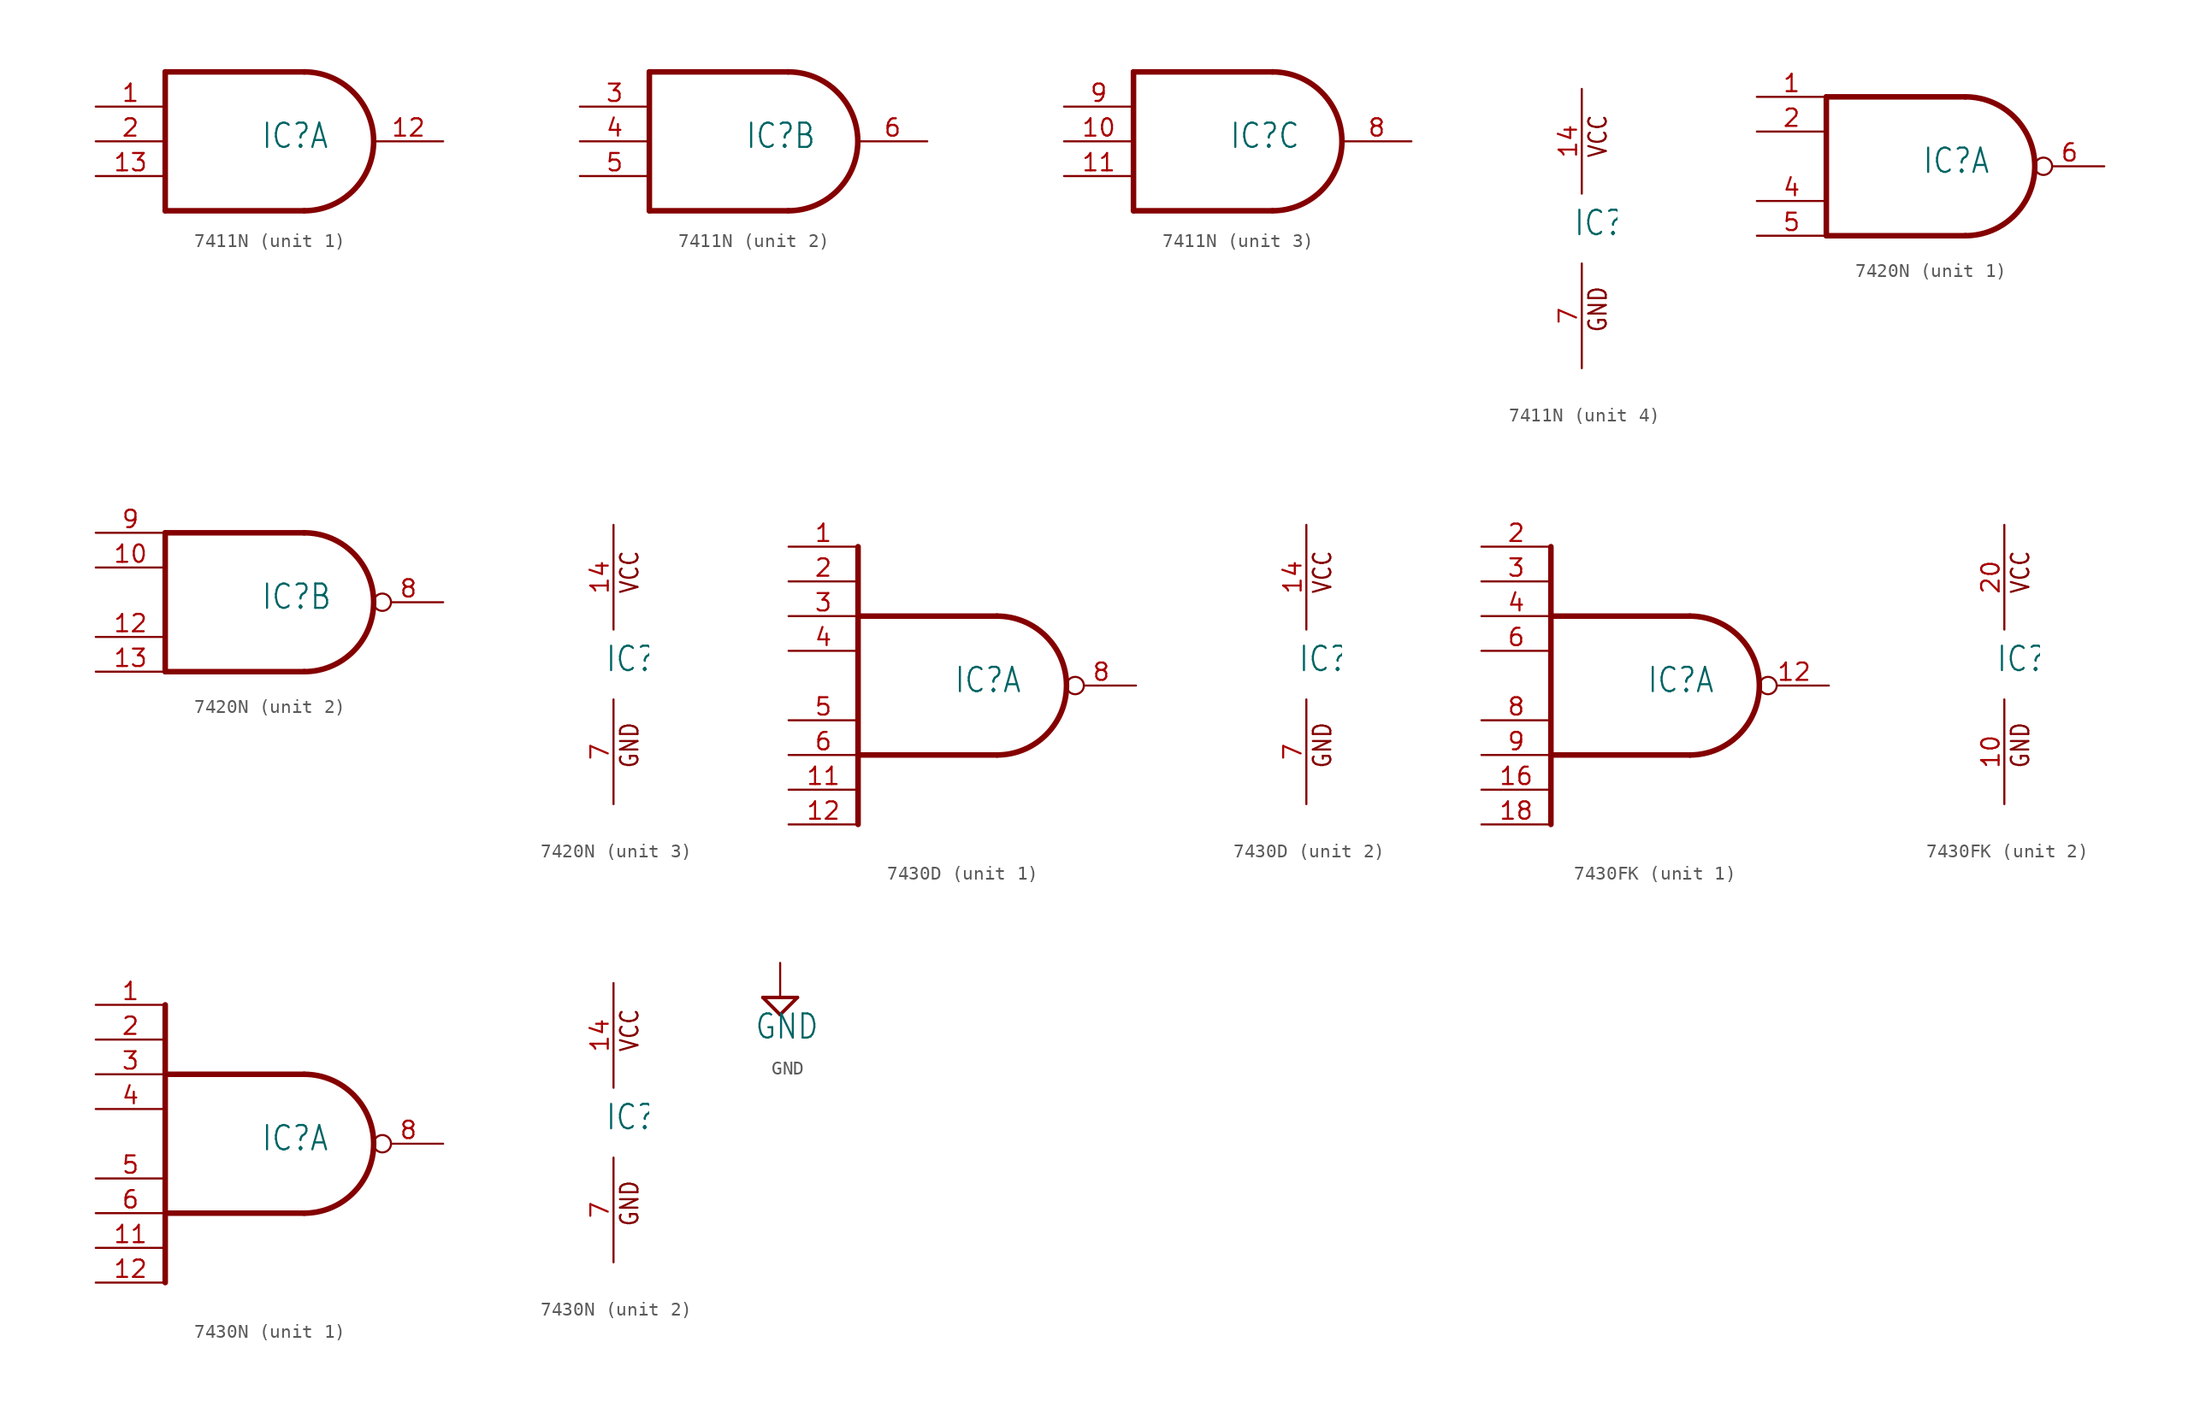
<source format=kicad_sym>
(kicad_symbol_lib
  (version 20231120)
  (generator "kicad_symbol_editor")
  (generator_version "8.0")
  (symbol "7411N"
    (property "Reference" "IC"
      (at -0.635 -0.635 0)
      (effects (font (size 1.778 1.511)) (justify left bottom)))
    (property "ki_locked" ""
      (at 0 0 0)
      (effects (font (size 1.27 1.27))))
    (symbol "7411N_1_0"
      (polyline (pts (xy -7.62 -5.08) (xy 2.54 -5.08)) (stroke (width 0.406) (type solid)) (fill (type none)))
      (polyline (pts (xy -7.62 5.08) (xy -7.62 -5.08)) (stroke (width 0.406) (type solid)) (fill (type none)))
      (polyline (pts (xy 2.54 5.08) (xy -7.62 5.08)) (stroke (width 0.406) (type solid)) (fill (type none)))
      (arc (start 2.5398 -5.08) (mid 7.5977 -0.0001) (end 2.54 5.08) (stroke (width 0.4064) (type solid)) (fill (type none)))
      (pin input line (at -12.7 2.54 0) (length 5.08) (name "I0" (effects (font (size 0 0)))) (number "1" (effects (font (size 1.27 1.27)))))
      (pin output line (at 12.7 0 180) (length 5.08) (name "O" (effects (font (size 0 0)))) (number "12" (effects (font (size 1.27 1.27)))))
      (pin input line (at -12.7 -2.54 0) (length 5.08) (name "I2" (effects (font (size 0 0)))) (number "13" (effects (font (size 1.27 1.27)))))
      (pin input line (at -12.7 0 0) (length 5.08) (name "I1" (effects (font (size 0 0)))) (number "2" (effects (font (size 1.27 1.27))))))
    (symbol "7411N_2_0"
      (polyline (pts (xy -7.62 -5.08) (xy 2.54 -5.08)) (stroke (width 0.406) (type solid)) (fill (type none)))
      (polyline (pts (xy -7.62 5.08) (xy -7.62 -5.08)) (stroke (width 0.406) (type solid)) (fill (type none)))
      (polyline (pts (xy 2.54 5.08) (xy -7.62 5.08)) (stroke (width 0.406) (type solid)) (fill (type none)))
      (arc (start 2.5398 -5.08) (mid 7.5977 -0.0001) (end 2.54 5.08) (stroke (width 0.4064) (type solid)) (fill (type none)))
      (pin input line (at -12.7 2.54 0) (length 5.08) (name "I0" (effects (font (size 0 0)))) (number "3" (effects (font (size 1.27 1.27)))))
      (pin input line (at -12.7 0 0) (length 5.08) (name "I1" (effects (font (size 0 0)))) (number "4" (effects (font (size 1.27 1.27)))))
      (pin input line (at -12.7 -2.54 0) (length 5.08) (name "I2" (effects (font (size 0 0)))) (number "5" (effects (font (size 1.27 1.27)))))
      (pin output line (at 12.7 0 180) (length 5.08) (name "O" (effects (font (size 0 0)))) (number "6" (effects (font (size 1.27 1.27))))))
    (symbol "7411N_3_0"
      (polyline (pts (xy -7.62 -5.08) (xy 2.54 -5.08)) (stroke (width 0.406) (type solid)) (fill (type none)))
      (polyline (pts (xy -7.62 5.08) (xy -7.62 -5.08)) (stroke (width 0.406) (type solid)) (fill (type none)))
      (polyline (pts (xy 2.54 5.08) (xy -7.62 5.08)) (stroke (width 0.406) (type solid)) (fill (type none)))
      (arc (start 2.5398 -5.08) (mid 7.5977 -0.0001) (end 2.54 5.08) (stroke (width 0.4064) (type solid)) (fill (type none)))
      (pin input line (at -12.7 0 0) (length 5.08) (name "I1" (effects (font (size 0 0)))) (number "10" (effects (font (size 1.27 1.27)))))
      (pin input line (at -12.7 -2.54 0) (length 5.08) (name "I2" (effects (font (size 0 0)))) (number "11" (effects (font (size 1.27 1.27)))))
      (pin output line (at 12.7 0 180) (length 5.08) (name "O" (effects (font (size 0 0)))) (number "8" (effects (font (size 1.27 1.27)))))
      (pin input line (at -12.7 2.54 0) (length 5.08) (name "I0" (effects (font (size 0 0)))) (number "9" (effects (font (size 1.27 1.27))))))
    (symbol "7411N_4_0"
      (text "GND" (at 1.905 -7.62 900) (effects (font (size 1.27 1.079)) (justify left bottom)))
      (text "VCC" (at 1.905 5.08 900) (effects (font (size 1.27 1.079)) (justify left bottom)))
      (pin power_in line (at 0 10.16 270) (length 7.62) (name "VCC" (effects (font (size 0 0)))) (number "14" (effects (font (size 1.27 1.27)))))
      (pin power_in line (at 0 -10.16 90) (length 7.62) (name "GND" (effects (font (size 0 0)))) (number "7" (effects (font (size 1.27 1.27)))))))
  (symbol "7420N"
    (property "Reference" "IC"
      (at -0.635 -0.635 0)
      (effects (font (size 1.778 1.511)) (justify left bottom)))
    (property "ki_locked" ""
      (at 0 0 0)
      (effects (font (size 1.27 1.27))))
    (symbol "7420N_1_0"
      (polyline (pts (xy -7.62 -5.08) (xy 2.54 -5.08)) (stroke (width 0.406) (type solid)) (fill (type none)))
      (polyline (pts (xy -7.62 5.08) (xy -7.62 -5.08)) (stroke (width 0.406) (type solid)) (fill (type none)))
      (polyline (pts (xy 2.54 5.08) (xy -7.62 5.08)) (stroke (width 0.406) (type solid)) (fill (type none)))
      (arc (start 2.5398 -5.08) (mid 7.5977 -0.0001) (end 2.54 5.08) (stroke (width 0.4064) (type solid)) (fill (type none)))
      (pin input line (at -12.7 5.08 0) (length 5.08) (name "I0" (effects (font (size 0 0)))) (number "1" (effects (font (size 1.27 1.27)))))
      (pin input line (at -12.7 2.54 0) (length 5.08) (name "I1" (effects (font (size 0 0)))) (number "2" (effects (font (size 1.27 1.27)))))
      (pin input line (at -12.7 -2.54 0) (length 5.08) (name "I2" (effects (font (size 0 0)))) (number "4" (effects (font (size 1.27 1.27)))))
      (pin input line (at -12.7 -5.08 0) (length 5.08) (name "I3" (effects (font (size 0 0)))) (number "5" (effects (font (size 1.27 1.27)))))
      (pin output inverted (at 12.7 0 180) (length 5.08) (name "O" (effects (font (size 0 0)))) (number "6" (effects (font (size 1.27 1.27))))))
    (symbol "7420N_2_0"
      (polyline (pts (xy -7.62 -5.08) (xy 2.54 -5.08)) (stroke (width 0.406) (type solid)) (fill (type none)))
      (polyline (pts (xy -7.62 5.08) (xy -7.62 -5.08)) (stroke (width 0.406) (type solid)) (fill (type none)))
      (polyline (pts (xy 2.54 5.08) (xy -7.62 5.08)) (stroke (width 0.406) (type solid)) (fill (type none)))
      (arc (start 2.5398 -5.08) (mid 7.5977 -0.0001) (end 2.54 5.08) (stroke (width 0.4064) (type solid)) (fill (type none)))
      (pin input line (at -12.7 2.54 0) (length 5.08) (name "I1" (effects (font (size 0 0)))) (number "10" (effects (font (size 1.27 1.27)))))
      (pin input line (at -12.7 -2.54 0) (length 5.08) (name "I2" (effects (font (size 0 0)))) (number "12" (effects (font (size 1.27 1.27)))))
      (pin input line (at -12.7 -5.08 0) (length 5.08) (name "I3" (effects (font (size 0 0)))) (number "13" (effects (font (size 1.27 1.27)))))
      (pin output inverted (at 12.7 0 180) (length 5.08) (name "O" (effects (font (size 0 0)))) (number "8" (effects (font (size 1.27 1.27)))))
      (pin input line (at -12.7 5.08 0) (length 5.08) (name "I0" (effects (font (size 0 0)))) (number "9" (effects (font (size 1.27 1.27))))))
    (symbol "7420N_3_0"
      (text "GND" (at 1.905 -7.62 900) (effects (font (size 1.27 1.079)) (justify left bottom)))
      (text "VCC" (at 1.905 5.08 900) (effects (font (size 1.27 1.079)) (justify left bottom)))
      (pin power_in line (at 0 10.16 270) (length 7.62) (name "VCC" (effects (font (size 0 0)))) (number "14" (effects (font (size 1.27 1.27)))))
      (pin power_in line (at 0 -10.16 90) (length 7.62) (name "GND" (effects (font (size 0 0)))) (number "7" (effects (font (size 1.27 1.27)))))))
  (symbol "7430D"
    (property "Reference" "IC"
      (at -0.635 -0.635 0)
      (effects (font (size 1.778 1.511)) (justify left bottom)))
    (property "ki_locked" ""
      (at 0 0 0)
      (effects (font (size 1.27 1.27))))
    (symbol "7430D_1_0"
      (polyline (pts (xy -7.62 -5.08) (xy 2.54 -5.08)) (stroke (width 0.406) (type solid)) (fill (type none)))
      (polyline (pts (xy -7.62 5.08) (xy 2.54 5.08)) (stroke (width 0.406) (type solid)) (fill (type none)))
      (polyline (pts (xy -7.62 10.16) (xy -7.62 -10.16)) (stroke (width 0.406) (type solid)) (fill (type none)))
      (arc (start 2.5398 -5.08) (mid 7.5977 -0.0001) (end 2.54 5.08) (stroke (width 0.4064) (type solid)) (fill (type none)))
      (pin input line (at -12.7 10.16 0) (length 5.08) (name "I0" (effects (font (size 0 0)))) (number "1" (effects (font (size 1.27 1.27)))))
      (pin input line (at -12.7 -7.62 0) (length 5.08) (name "I6" (effects (font (size 0 0)))) (number "11" (effects (font (size 1.27 1.27)))))
      (pin input line (at -12.7 -10.16 0) (length 5.08) (name "I7" (effects (font (size 0 0)))) (number "12" (effects (font (size 1.27 1.27)))))
      (pin input line (at -12.7 7.62 0) (length 5.08) (name "I1" (effects (font (size 0 0)))) (number "2" (effects (font (size 1.27 1.27)))))
      (pin input line (at -12.7 5.08 0) (length 5.08) (name "I2" (effects (font (size 0 0)))) (number "3" (effects (font (size 1.27 1.27)))))
      (pin input line (at -12.7 2.54 0) (length 5.08) (name "I3" (effects (font (size 0 0)))) (number "4" (effects (font (size 1.27 1.27)))))
      (pin input line (at -12.7 -2.54 0) (length 5.08) (name "I4" (effects (font (size 0 0)))) (number "5" (effects (font (size 1.27 1.27)))))
      (pin input line (at -12.7 -5.08 0) (length 5.08) (name "I5" (effects (font (size 0 0)))) (number "6" (effects (font (size 1.27 1.27)))))
      (pin output inverted (at 12.7 0 180) (length 5.08) (name "O" (effects (font (size 0 0)))) (number "8" (effects (font (size 1.27 1.27))))))
    (symbol "7430D_2_0"
      (text "GND" (at 1.905 -7.62 900) (effects (font (size 1.27 1.079)) (justify left bottom)))
      (text "VCC" (at 1.905 5.08 900) (effects (font (size 1.27 1.079)) (justify left bottom)))
      (pin power_in line (at 0 10.16 270) (length 7.62) (name "VCC" (effects (font (size 0 0)))) (number "14" (effects (font (size 1.27 1.27)))))
      (pin power_in line (at 0 -10.16 90) (length 7.62) (name "GND" (effects (font (size 0 0)))) (number "7" (effects (font (size 1.27 1.27)))))))
  (symbol "7430FK"
    (property "Reference" "IC"
      (at -0.635 -0.635 0)
      (effects (font (size 1.778 1.511)) (justify left bottom)))
    (property "ki_locked" ""
      (at 0 0 0)
      (effects (font (size 1.27 1.27))))
    (symbol "7430FK_1_0"
      (polyline (pts (xy -7.62 -5.08) (xy 2.54 -5.08)) (stroke (width 0.406) (type solid)) (fill (type none)))
      (polyline (pts (xy -7.62 5.08) (xy 2.54 5.08)) (stroke (width 0.406) (type solid)) (fill (type none)))
      (polyline (pts (xy -7.62 10.16) (xy -7.62 -10.16)) (stroke (width 0.406) (type solid)) (fill (type none)))
      (arc (start 2.5398 -5.08) (mid 7.5977 -0.0001) (end 2.54 5.08) (stroke (width 0.4064) (type solid)) (fill (type none)))
      (pin output inverted (at 12.7 0 180) (length 5.08) (name "O" (effects (font (size 0 0)))) (number "12" (effects (font (size 1.27 1.27)))))
      (pin input line (at -12.7 -7.62 0) (length 5.08) (name "I6" (effects (font (size 0 0)))) (number "16" (effects (font (size 1.27 1.27)))))
      (pin input line (at -12.7 -10.16 0) (length 5.08) (name "I7" (effects (font (size 0 0)))) (number "18" (effects (font (size 1.27 1.27)))))
      (pin input line (at -12.7 10.16 0) (length 5.08) (name "I0" (effects (font (size 0 0)))) (number "2" (effects (font (size 1.27 1.27)))))
      (pin input line (at -12.7 7.62 0) (length 5.08) (name "I1" (effects (font (size 0 0)))) (number "3" (effects (font (size 1.27 1.27)))))
      (pin input line (at -12.7 5.08 0) (length 5.08) (name "I2" (effects (font (size 0 0)))) (number "4" (effects (font (size 1.27 1.27)))))
      (pin input line (at -12.7 2.54 0) (length 5.08) (name "I3" (effects (font (size 0 0)))) (number "6" (effects (font (size 1.27 1.27)))))
      (pin input line (at -12.7 -2.54 0) (length 5.08) (name "I4" (effects (font (size 0 0)))) (number "8" (effects (font (size 1.27 1.27)))))
      (pin input line (at -12.7 -5.08 0) (length 5.08) (name "I5" (effects (font (size 0 0)))) (number "9" (effects (font (size 1.27 1.27))))))
    (symbol "7430FK_2_0"
      (text "GND" (at 1.905 -7.62 900) (effects (font (size 1.27 1.079)) (justify left bottom)))
      (text "VCC" (at 1.905 5.08 900) (effects (font (size 1.27 1.079)) (justify left bottom)))
      (pin power_in line (at 0 -10.16 90) (length 7.62) (name "GND" (effects (font (size 0 0)))) (number "10" (effects (font (size 1.27 1.27)))))
      (pin power_in line (at 0 10.16 270) (length 7.62) (name "VCC" (effects (font (size 0 0)))) (number "20" (effects (font (size 1.27 1.27)))))))
  (symbol "7430N"
    (property "Reference" "IC"
      (at -0.635 -0.635 0)
      (effects (font (size 1.778 1.511)) (justify left bottom)))
    (property "ki_locked" ""
      (at 0 0 0)
      (effects (font (size 1.27 1.27))))
    (symbol "7430N_1_0"
      (polyline (pts (xy -7.62 -5.08) (xy 2.54 -5.08)) (stroke (width 0.406) (type solid)) (fill (type none)))
      (polyline (pts (xy -7.62 5.08) (xy 2.54 5.08)) (stroke (width 0.406) (type solid)) (fill (type none)))
      (polyline (pts (xy -7.62 10.16) (xy -7.62 -10.16)) (stroke (width 0.406) (type solid)) (fill (type none)))
      (arc (start 2.5398 -5.08) (mid 7.5977 -0.0001) (end 2.54 5.08) (stroke (width 0.4064) (type solid)) (fill (type none)))
      (pin input line (at -12.7 10.16 0) (length 5.08) (name "I0" (effects (font (size 0 0)))) (number "1" (effects (font (size 1.27 1.27)))))
      (pin input line (at -12.7 -7.62 0) (length 5.08) (name "I6" (effects (font (size 0 0)))) (number "11" (effects (font (size 1.27 1.27)))))
      (pin input line (at -12.7 -10.16 0) (length 5.08) (name "I7" (effects (font (size 0 0)))) (number "12" (effects (font (size 1.27 1.27)))))
      (pin input line (at -12.7 7.62 0) (length 5.08) (name "I1" (effects (font (size 0 0)))) (number "2" (effects (font (size 1.27 1.27)))))
      (pin input line (at -12.7 5.08 0) (length 5.08) (name "I2" (effects (font (size 0 0)))) (number "3" (effects (font (size 1.27 1.27)))))
      (pin input line (at -12.7 2.54 0) (length 5.08) (name "I3" (effects (font (size 0 0)))) (number "4" (effects (font (size 1.27 1.27)))))
      (pin input line (at -12.7 -2.54 0) (length 5.08) (name "I4" (effects (font (size 0 0)))) (number "5" (effects (font (size 1.27 1.27)))))
      (pin input line (at -12.7 -5.08 0) (length 5.08) (name "I5" (effects (font (size 0 0)))) (number "6" (effects (font (size 1.27 1.27)))))
      (pin output inverted (at 12.7 0 180) (length 5.08) (name "O" (effects (font (size 0 0)))) (number "8" (effects (font (size 1.27 1.27))))))
    (symbol "7430N_2_0"
      (text "GND" (at 1.905 -7.62 900) (effects (font (size 1.27 1.079)) (justify left bottom)))
      (text "VCC" (at 1.905 5.08 900) (effects (font (size 1.27 1.079)) (justify left bottom)))
      (pin power_in line (at 0 10.16 270) (length 7.62) (name "VCC" (effects (font (size 0 0)))) (number "14" (effects (font (size 1.27 1.27)))))
      (pin power_in line (at 0 -10.16 90) (length 7.62) (name "GND" (effects (font (size 0 0)))) (number "7" (effects (font (size 1.27 1.27)))))))
  (symbol "GND"
    (power)
    (property "Reference" "#SUPPLY"
      (at 0 0 0)
      (effects (font (size 1.27 1.27)) (hide yes)))
    (property "Value" "GND"
      (at -1.905 -3.175 0)
      (effects (font (size 1.778 1.511)) (justify left bottom)))
    (property "ki_locked" ""
      (at 0 0 0)
      (effects (font (size 1.27 1.27))))
    (symbol "GND_1_0"
      (polyline (pts (xy -1.27 0) (xy 1.27 0)) (stroke (width 0.254) (type solid)) (fill (type none)))
      (polyline (pts (xy 0 -1.27) (xy -1.27 0)) (stroke (width 0.254) (type solid)) (fill (type none)))
      (polyline (pts (xy 1.27 0) (xy 0 -1.27)) (stroke (width 0.254) (type solid)) (fill (type none)))
      (pin power_in line (at 0 2.54 270) (length 2.54) (name "GND" (effects (font (size 0 0)))) (number "1" (effects (font (size 0 0))))))))
</source>
